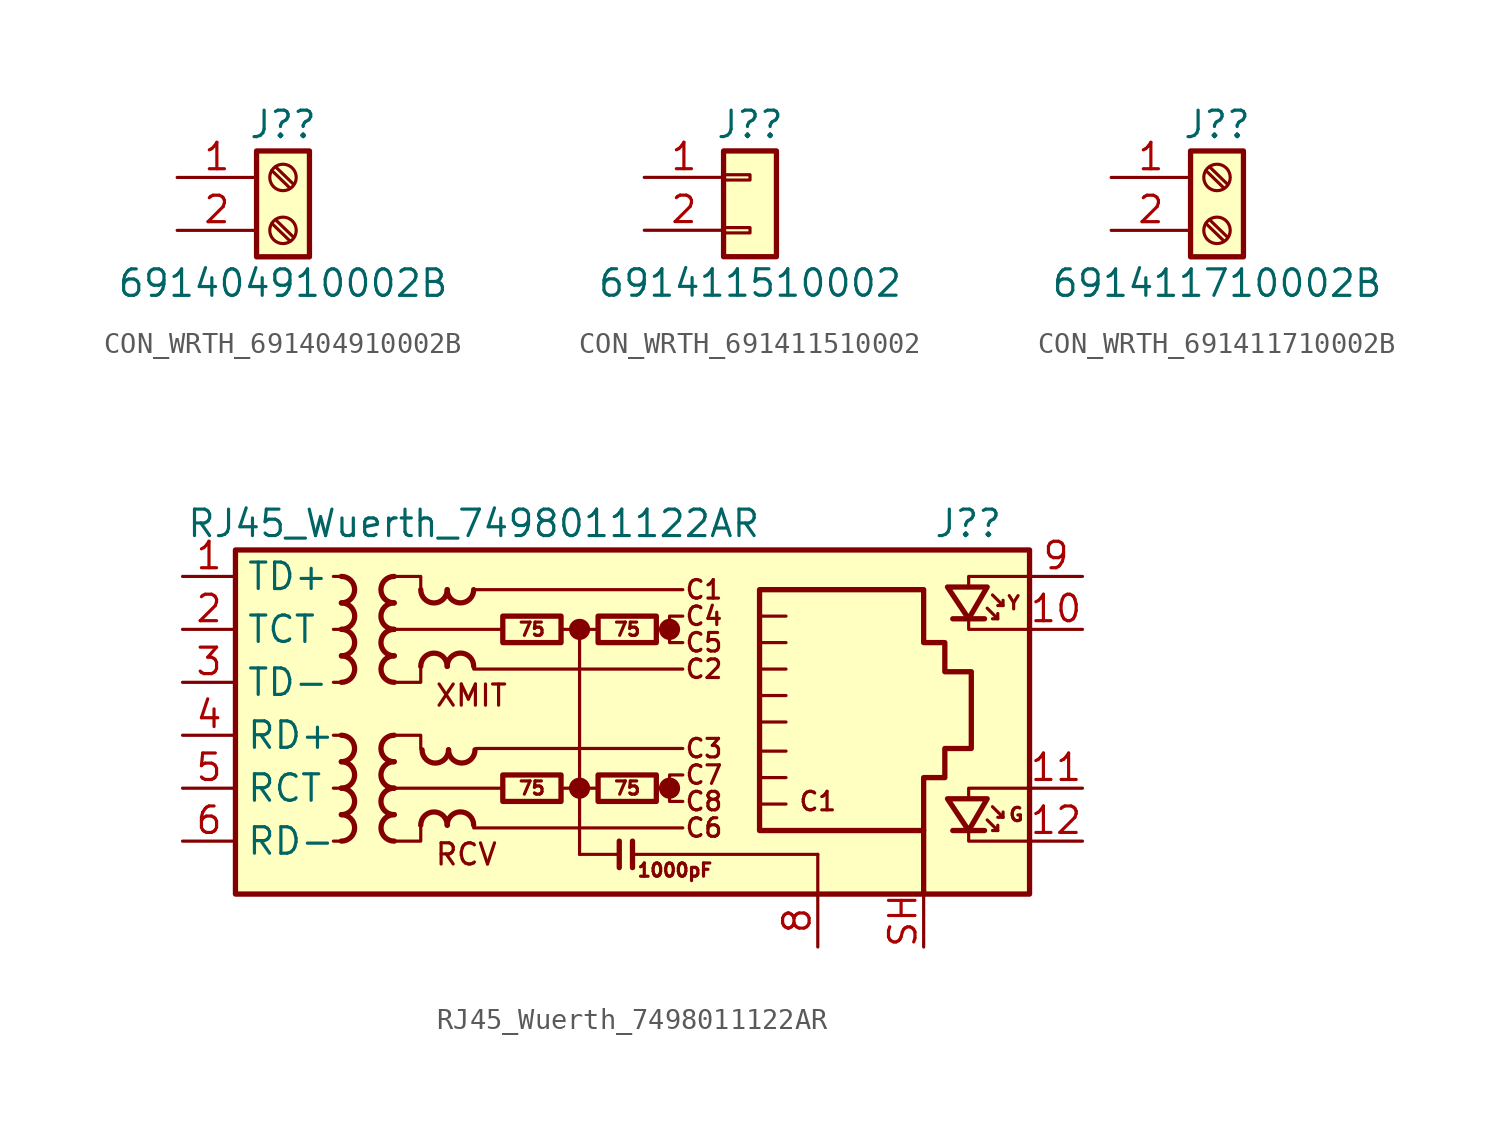
<source format=kicad_sym>
(kicad_symbol_lib
  (version 20231120)
  (generator "kicad_symbol_editor")
  (generator_version "8.0")
  (symbol "CON_WRTH_691404910002B"
    (pin_names
      (offset 1.016) hide)
    (property "Reference" "J?"
      (at 0 2.54 0)
      (effects (font (size 1.27 1.27))))
    (property "Value" "691404910002B"
      (at 0 -5.08 0)
      (effects (font (size 1.27 1.27))))
    (symbol "CON_WRTH_691404910002B_1_1"
      (rectangle (start -1.27 1.27) (end 1.27 -3.81) (stroke (width 0.254) (type default)) (fill (type background)))
      (circle (center 0 -2.54) (radius 0.635) (stroke (width 0.152) (type default)) (fill (type none)))
      (polyline (pts (xy -0.533 -2.21) (xy 0.33 -3.048)) (stroke (width 0.152) (type default)) (fill (type none)))
      (polyline (pts (xy -0.533 0.33) (xy 0.33 -0.508)) (stroke (width 0.152) (type default)) (fill (type none)))
      (polyline (pts (xy -0.356 -2.032) (xy 0.508 -2.87)) (stroke (width 0.152) (type default)) (fill (type none)))
      (polyline (pts (xy -0.356 0.508) (xy 0.508 -0.33)) (stroke (width 0.152) (type default)) (fill (type none)))
      (circle (center 0 0) (radius 0.635) (stroke (width 0.152) (type default)) (fill (type none)))
      (pin passive line (at -5.08 0 0) (length 3.81) (name "Pin_1" (effects (font (size 1.27 1.27)))) (number "1" (effects (font (size 1.27 1.27)))))
      (pin passive line (at -5.08 -2.54 0) (length 3.81) (name "Pin_2" (effects (font (size 1.27 1.27)))) (number "2" (effects (font (size 1.27 1.27)))))))
  (symbol "CON_WRTH_691411510002"
    (pin_names
      (offset 1.016) hide)
    (property "Reference" "J?"
      (at 0 2.54 0)
      (effects (font (size 1.27 1.27))))
    (property "Value" "691411510002"
      (at 0 -5.08 0)
      (effects (font (size 1.27 1.27))))
    (symbol "CON_WRTH_691411510002_1_1"
      (rectangle (start -1.27 -2.413) (end 0 -2.667) (stroke (width 0.152) (type default)) (fill (type none)))
      (rectangle (start -1.27 0.127) (end 0 -0.127) (stroke (width 0.152) (type default)) (fill (type none)))
      (rectangle (start -1.27 1.27) (end 1.27 -3.81) (stroke (width 0.254) (type default)) (fill (type background)))
      (pin passive line (at -5.08 0 0) (length 3.81) (name "Pin_1" (effects (font (size 1.27 1.27)))) (number "1" (effects (font (size 1.27 1.27)))))
      (pin passive line (at -5.08 -2.54 0) (length 3.81) (name "Pin_2" (effects (font (size 1.27 1.27)))) (number "2" (effects (font (size 1.27 1.27)))))))
  (symbol "CON_WRTH_691411710002B"
    (pin_names
      (offset 1.016) hide)
    (property "Reference" "J?"
      (at 0 2.54 0)
      (effects (font (size 1.27 1.27))))
    (property "Value" "691411710002B"
      (at 0 -5.08 0)
      (effects (font (size 1.27 1.27))))
    (symbol "CON_WRTH_691411710002B_1_1"
      (rectangle (start -1.27 1.27) (end 1.27 -3.81) (stroke (width 0.254) (type default)) (fill (type background)))
      (circle (center 0 -2.54) (radius 0.635) (stroke (width 0.152) (type default)) (fill (type none)))
      (polyline (pts (xy -0.533 -2.21) (xy 0.33 -3.048)) (stroke (width 0.152) (type default)) (fill (type none)))
      (polyline (pts (xy -0.533 0.33) (xy 0.33 -0.508)) (stroke (width 0.152) (type default)) (fill (type none)))
      (polyline (pts (xy -0.356 -2.032) (xy 0.508 -2.87)) (stroke (width 0.152) (type default)) (fill (type none)))
      (polyline (pts (xy -0.356 0.508) (xy 0.508 -0.33)) (stroke (width 0.152) (type default)) (fill (type none)))
      (circle (center 0 0) (radius 0.635) (stroke (width 0.152) (type default)) (fill (type none)))
      (pin passive line (at -5.08 0 0) (length 3.81) (name "Pin_1" (effects (font (size 1.27 1.27)))) (number "1" (effects (font (size 1.27 1.27)))))
      (pin passive line (at -5.08 -2.54 0) (length 3.81) (name "Pin_2" (effects (font (size 1.27 1.27)))) (number "2" (effects (font (size 1.27 1.27)))))))
  (symbol "RJ45_Wuerth_7498011122AR"
    (property "Reference" "J?"
      (at 19.05 10.16 0)
      (effects (font (size 1.27 1.27)) (justify right)))
    (property "Value" "RJ45_Wuerth_7498011122AR"
      (at -6.35 10.16 0)
      (effects (font (size 1.27 1.27))))
    (symbol "RJ45_Wuerth_7498011122AR_0_0"
      (circle (center -1.27 -2.54) (radius 0.0001) (stroke (width 0.508) (type default)) (fill (type none)))
      (circle (center -1.27 5.08) (radius 0.0001) (stroke (width 0.508) (type default)) (fill (type none)))
      (polyline (pts (xy -1.27 5.08) (xy -1.27 -5.715)) (stroke (width 0) (type default)) (fill (type none)))
      (polyline (pts (xy 0.635 -5.08) (xy 0.635 -6.35)) (stroke (width 0.254) (type default)) (fill (type none)))
      (polyline (pts (xy 1.27 -5.08) (xy 1.27 -6.35)) (stroke (width 0.254) (type default)) (fill (type none)))
      (polyline (pts (xy 3.048 -2.54) (xy 2.54 -2.54)) (stroke (width 0) (type default)) (fill (type none)))
      (polyline (pts (xy 3.048 5.08) (xy 2.54 5.08)) (stroke (width 0) (type default)) (fill (type none)))
      (polyline (pts (xy 17.399 -3.048) (xy 17.399 -2.54) (xy 20.32 -2.54)) (stroke (width 0) (type default)) (fill (type none)))
      (polyline (pts (xy 17.399 7.112) (xy 17.399 7.62) (xy 20.32 7.62)) (stroke (width 0) (type default)) (fill (type none)))
      (polyline (pts (xy 20.32 -5.08) (xy 17.399 -5.08) (xy 17.399 -4.572)) (stroke (width 0) (type default)) (fill (type none)))
      (polyline (pts (xy 20.32 5.08) (xy 17.399 5.08) (xy 17.399 5.588)) (stroke (width 0) (type default)) (fill (type none)))
      (polyline (pts (xy 3.683 -1.905) (xy 3.048 -1.905) (xy 3.048 -3.175) (xy 3.683 -3.175)) (stroke (width 0) (type default)) (fill (type none)))
      (polyline (pts (xy 3.683 5.715) (xy 3.048 5.715) (xy 3.048 4.445) (xy 3.683 4.445)) (stroke (width 0) (type default)) (fill (type none)))
      (circle (center 3.048 -2.54) (radius 0.0001) (stroke (width 0.508) (type default)) (fill (type none)))
      (circle (center 3.048 5.08) (radius 0.0001) (stroke (width 0.508) (type default)) (fill (type none)))
      (text "C1" (at 4.699 6.985 0) (effects (font (size 0.889 0.889))))
      (text "C1" (at 10.16 -3.175 0) (effects (font (size 0.889 0.889))))
      (text "C2" (at 4.699 3.175 0) (effects (font (size 0.889 0.889))))
      (text "C3" (at 4.699 -0.635 0) (effects (font (size 0.889 0.889))))
      (text "C4" (at 4.699 5.715 0) (effects (font (size 0.889 0.889))))
      (text "C5" (at 4.699 4.445 0) (effects (font (size 0.889 0.889))))
      (text "C6" (at 4.699 -4.445 0) (effects (font (size 0.889 0.889))))
      (text "C7" (at 4.699 -1.905 0) (effects (font (size 0.889 0.889))))
      (text "C8" (at 4.699 -3.175 0) (effects (font (size 0.889 0.889))))
      (text "RCV" (at -8.255 -5.715 0) (effects (font (size 1.016 1.016)) (justify left)))
      (text "XMIT" (at -8.255 1.905 0) (effects (font (size 1.016 1.016)) (justify left))))
    (symbol "RJ45_Wuerth_7498011122AR_0_1"
      (rectangle (start -17.78 8.89) (end 20.32 -7.62) (stroke (width 0.254) (type default)) (fill (type background)))
      (polyline (pts (xy -12.7 -5.08) (xy -13.081 -5.08)) (stroke (width 0) (type default)) (fill (type none)))
      (polyline (pts (xy -12.7 -2.54) (xy -13.081 -2.54)) (stroke (width 0) (type default)) (fill (type none)))
      (polyline (pts (xy -12.7 0) (xy -13.081 0)) (stroke (width 0) (type default)) (fill (type none)))
      (polyline (pts (xy -12.7 2.54) (xy -13.081 2.54)) (stroke (width 0) (type default)) (fill (type none)))
      (polyline (pts (xy -12.7 5.08) (xy -13.081 5.08)) (stroke (width 0) (type default)) (fill (type none)))
      (polyline (pts (xy -12.7 7.62) (xy -13.081 7.62)) (stroke (width 0) (type default)) (fill (type none)))
      (polyline (pts (xy -6.35 -4.445) (xy 3.683 -4.445)) (stroke (width 0) (type default)) (fill (type none)))
      (polyline (pts (xy -6.35 3.175) (xy 3.683 3.175)) (stroke (width 0) (type default)) (fill (type none)))
      (polyline (pts (xy -6.35 6.985) (xy 3.683 6.985)) (stroke (width 0) (type default)) (fill (type none)))
      (polyline (pts (xy -6.223 -0.635) (xy 3.683 -0.635)) (stroke (width 0) (type default)) (fill (type none)))
      (polyline (pts (xy -5.08 -2.54) (xy -10.16 -2.54)) (stroke (width 0) (type default)) (fill (type none)))
      (polyline (pts (xy -4.953 5.08) (xy -10.16 5.08)) (stroke (width 0) (type default)) (fill (type none)))
      (polyline (pts (xy -2.159 -2.54) (xy -0.381 -2.54)) (stroke (width 0) (type default)) (fill (type none)))
      (polyline (pts (xy -2.159 5.08) (xy -0.381 5.08)) (stroke (width 0) (type default)) (fill (type none)))
      (polyline (pts (xy 0.635 -5.715) (xy -1.27 -5.715)) (stroke (width 0) (type default)) (fill (type none)))
      (polyline (pts (xy 7.366 -2.032) (xy 8.636 -2.032)) (stroke (width 0) (type default)) (fill (type none)))
      (polyline (pts (xy 7.366 -0.762) (xy 8.636 -0.762)) (stroke (width 0) (type default)) (fill (type none)))
      (polyline (pts (xy 7.366 0.635) (xy 8.636 0.635)) (stroke (width 0) (type default)) (fill (type none)))
      (polyline (pts (xy 7.366 1.905) (xy 8.636 1.905)) (stroke (width 0) (type default)) (fill (type none)))
      (polyline (pts (xy 7.366 3.175) (xy 8.636 3.175)) (stroke (width 0) (type default)) (fill (type none)))
      (polyline (pts (xy 8.636 -3.302) (xy 7.366 -3.302)) (stroke (width 0) (type default)) (fill (type none)))
      (polyline (pts (xy 8.636 4.445) (xy 7.366 4.445)) (stroke (width 0) (type default)) (fill (type none)))
      (polyline (pts (xy 8.636 5.715) (xy 7.366 5.715)) (stroke (width 0) (type default)) (fill (type none)))
      (polyline (pts (xy 10.16 -5.715) (xy 1.27 -5.715)) (stroke (width 0) (type default)) (fill (type none)))
      (polyline (pts (xy 10.16 -5.715) (xy 10.16 -7.62)) (stroke (width 0) (type default)) (fill (type none)))
      (polyline (pts (xy -10.16 0) (xy -8.89 0) (xy -8.89 -0.635)) (stroke (width 0) (type default)) (fill (type none)))
      (polyline (pts (xy -10.16 7.62) (xy -8.89 7.62) (xy -8.89 6.985)) (stroke (width 0) (type default)) (fill (type none)))
      (polyline (pts (xy -8.89 -4.445) (xy -8.89 -5.08) (xy -10.16 -5.08)) (stroke (width 0) (type default)) (fill (type none)))
      (polyline (pts (xy -8.89 3.175) (xy -8.89 2.54) (xy -10.16 2.54)) (stroke (width 0) (type default)) (fill (type none))))
    (symbol "RJ45_Wuerth_7498011122AR_1_0"
      (text "1000pF" (at 3.302 -6.477 0) (effects (font (size 0.635 0.635)))))
    (symbol "RJ45_Wuerth_7498011122AR_1_1"
      (arc (start -12.7 -1.27) (mid -12.0677 -0.635) (end -12.7 0) (stroke (width 0.254) (type default)) (fill (type none)))
      (arc (start -12.6973 -5.08) (mid -12.065 -4.445) (end -12.6973 -3.81) (stroke (width 0.254) (type default)) (fill (type none)))
      (arc (start -12.6973 -3.81) (mid -12.065 -3.175) (end -12.6973 -2.54) (stroke (width 0.254) (type default)) (fill (type none)))
      (arc (start -12.6973 -2.54) (mid -12.065 -1.905) (end -12.6973 -1.27) (stroke (width 0.254) (type default)) (fill (type none)))
      (arc (start -12.6973 6.35) (mid -12.065 6.985) (end -12.6973 7.62) (stroke (width 0.254) (type default)) (fill (type none)))
      (arc (start -12.6946 2.54) (mid -12.0623 3.175) (end -12.6946 3.81) (stroke (width 0.254) (type default)) (fill (type none)))
      (arc (start -12.6946 3.81) (mid -12.0623 4.445) (end -12.6946 5.08) (stroke (width 0.254) (type default)) (fill (type none)))
      (arc (start -12.6946 5.08) (mid -12.0623 5.715) (end -12.6946 6.35) (stroke (width 0.254) (type default)) (fill (type none)))
      (arc (start -10.1654 -2.54) (mid -10.7977 -3.175) (end -10.1654 -3.81) (stroke (width 0.254) (type default)) (fill (type none)))
      (arc (start -10.1654 -1.27) (mid -10.7977 -1.905) (end -10.1654 -2.54) (stroke (width 0.254) (type default)) (fill (type none)))
      (arc (start -10.1654 0) (mid -10.7977 -0.635) (end -10.1654 -1.27) (stroke (width 0.254) (type default)) (fill (type none)))
      (arc (start -10.1654 5.08) (mid -10.7977 4.445) (end -10.1654 3.81) (stroke (width 0.254) (type default)) (fill (type none)))
      (arc (start -10.1654 6.35) (mid -10.7977 5.715) (end -10.1654 5.08) (stroke (width 0.254) (type default)) (fill (type none)))
      (arc (start -10.1654 7.62) (mid -10.7977 6.985) (end -10.1654 6.35) (stroke (width 0.254) (type default)) (fill (type none)))
      (arc (start -10.1627 -3.81) (mid -10.795 -4.445) (end -10.1627 -5.08) (stroke (width 0.254) (type default)) (fill (type none)))
      (arc (start -10.1627 3.81) (mid -10.795 3.175) (end -10.1627 2.54) (stroke (width 0.254) (type default)) (fill (type none)))
      (arc (start -8.89 6.9823) (mid -8.255 6.35) (end -7.62 6.9823) (stroke (width 0.254) (type default)) (fill (type none)))
      (arc (start -8.8265 -0.7012) (mid -8.1915 -1.3335) (end -7.5565 -0.7012) (stroke (width 0.254) (type default)) (fill (type none)))
      (arc (start -7.62 -4.3153) (mid -8.255 -3.683) (end -8.89 -4.3153) (stroke (width 0.254) (type default)) (fill (type none)))
      (arc (start -7.62 3.3047) (mid -8.255 3.937) (end -8.89 3.3047) (stroke (width 0.254) (type default)) (fill (type none)))
      (arc (start -7.62 6.985) (mid -6.985 6.3527) (end -6.35 6.985) (stroke (width 0.254) (type default)) (fill (type none)))
      (arc (start -7.5565 -0.6985) (mid -6.9215 -1.3308) (end -6.2865 -0.6985) (stroke (width 0.254) (type default)) (fill (type none)))
      (arc (start -6.35 -4.3126) (mid -6.985 -3.6803) (end -7.62 -4.3126) (stroke (width 0.254) (type default)) (fill (type none)))
      (arc (start -6.35 3.3074) (mid -6.985 3.9397) (end -7.62 3.3074) (stroke (width 0.254) (type default)) (fill (type none)))
      (rectangle (start -4.953 -1.905) (end -2.159 -3.175) (stroke (width 0.254) (type default)) (fill (type none)))
      (rectangle (start -4.953 5.715) (end -2.159 4.445) (stroke (width 0.254) (type default)) (fill (type none)))
      (rectangle (start -0.381 -1.905) (end 2.413 -3.175) (stroke (width 0.254) (type default)) (fill (type none)))
      (rectangle (start -0.381 5.715) (end 2.413 4.445) (stroke (width 0.254) (type default)) (fill (type none)))
      (polyline (pts (xy 15.24 -7.62) (xy 15.24 -4.572)) (stroke (width 0.254) (type default)) (fill (type none)))
      (polyline (pts (xy 18.161 -4.572) (xy 16.637 -4.572)) (stroke (width 0.254) (type default)) (fill (type none)))
      (polyline (pts (xy 18.161 5.588) (xy 16.637 5.588)) (stroke (width 0.254) (type default)) (fill (type none)))
      (polyline (pts (xy 18.796 -4.572) (xy 18.796 -4.318)) (stroke (width 0) (type default)) (fill (type none)))
      (polyline (pts (xy 18.796 5.588) (xy 18.796 5.842)) (stroke (width 0) (type default)) (fill (type none)))
      (polyline (pts (xy 19.05 -3.937) (xy 19.05 -3.683)) (stroke (width 0) (type default)) (fill (type none)))
      (polyline (pts (xy 19.05 6.223) (xy 19.05 6.477)) (stroke (width 0) (type default)) (fill (type none)))
      (polyline (pts (xy 18.288 -4.064) (xy 18.796 -4.572) (xy 18.542 -4.572)) (stroke (width 0) (type default)) (fill (type none)))
      (polyline (pts (xy 18.288 6.096) (xy 18.796 5.588) (xy 18.542 5.588)) (stroke (width 0) (type default)) (fill (type none)))
      (polyline (pts (xy 18.542 -3.429) (xy 19.05 -3.937) (xy 18.796 -3.937)) (stroke (width 0) (type default)) (fill (type none)))
      (polyline (pts (xy 18.542 6.731) (xy 19.05 6.223) (xy 18.796 6.223)) (stroke (width 0) (type default)) (fill (type none)))
      (polyline (pts (xy 18.288 -3.048) (xy 16.383 -3.048) (xy 17.399 -4.572) (xy 18.288 -3.048)) (stroke (width 0.254) (type default)) (fill (type none)))
      (polyline (pts (xy 18.288 7.112) (xy 16.383 7.112) (xy 17.399 5.588) (xy 18.288 7.112)) (stroke (width 0.254) (type default)) (fill (type none)))
      (polyline (pts (xy 7.366 -4.572) (xy 7.366 6.985) (xy 15.24 6.985) (xy 15.24 4.445) (xy 16.256 4.445) (xy 16.256 3.048) (xy 17.526 3.048) (xy 17.526 -0.635) (xy 16.256 -0.635) (xy 16.256 -2.032) (xy 15.24 -2.032) (xy 15.24 -4.572) (xy 7.366 -4.572)) (stroke (width 0.254) (type default)) (fill (type none)))
      (text "75" (at -3.556 -2.54 0) (effects (font (size 0.635 0.635))))
      (text "75" (at -3.556 5.08 0) (effects (font (size 0.635 0.635))))
      (text "75" (at 1.016 -2.54 0) (effects (font (size 0.635 0.635))))
      (text "75" (at 1.016 5.08 0) (effects (font (size 0.635 0.635))))
      (text "G" (at 19.685 -3.81 0) (effects (font (size 0.635 0.635))))
      (text "Y" (at 19.558 6.35 0) (effects (font (size 0.635 0.635))))
      (pin passive line (at -20.32 7.62 0) (length 2.54) (name "TD+" (effects (font (size 1.27 1.27)))) (number "1" (effects (font (size 1.27 1.27)))))
      (pin passive line (at 22.86 5.08 180) (length 2.54) (name "" (effects (font (size 1.27 1.27)))) (number "10" (effects (font (size 1.27 1.27)))))
      (pin passive line (at 22.86 -2.54 180) (length 2.54) (name "" (effects (font (size 1.27 1.27)))) (number "11" (effects (font (size 1.27 1.27)))))
      (pin passive line (at 22.86 -5.08 180) (length 2.54) (name "" (effects (font (size 1.27 1.27)))) (number "12" (effects (font (size 1.27 1.27)))))
      (pin passive line (at -20.32 5.08 0) (length 2.54) (name "TCT" (effects (font (size 1.27 1.27)))) (number "2" (effects (font (size 1.27 1.27)))))
      (pin passive line (at -20.32 2.54 0) (length 2.54) (name "TD-" (effects (font (size 1.27 1.27)))) (number "3" (effects (font (size 1.27 1.27)))))
      (pin passive line (at -20.32 0 0) (length 2.54) (name "RD+" (effects (font (size 1.27 1.27)))) (number "4" (effects (font (size 1.27 1.27)))))
      (pin passive line (at -20.32 -2.54 0) (length 2.54) (name "RCT" (effects (font (size 1.27 1.27)))) (number "5" (effects (font (size 1.27 1.27)))))
      (pin passive line (at -20.32 -5.08 0) (length 2.54) (name "RD-" (effects (font (size 1.27 1.27)))) (number "6" (effects (font (size 1.27 1.27)))))
      (pin power_in line (at 10.16 -10.16 90) (length 2.54) (name "" (effects (font (size 1.27 1.27)))) (number "8" (effects (font (size 1.27 1.27)))))
      (pin passive line (at 22.86 7.62 180) (length 2.54) (name "" (effects (font (size 1.27 1.27)))) (number "9" (effects (font (size 1.27 1.27)))))
      (pin no_connect line (at 20.32 0 0) (length 0) hide (name "NC" (effects (font (size 1.27 1.27)))) (number "9" (effects (font (size 1.27 1.27)))))
      (pin passive line (at 15.24 -10.16 90) (length 2.54) (name "" (effects (font (size 1.27 1.27)))) (number "SH" (effects (font (size 1.27 1.27))))))))
</source>
